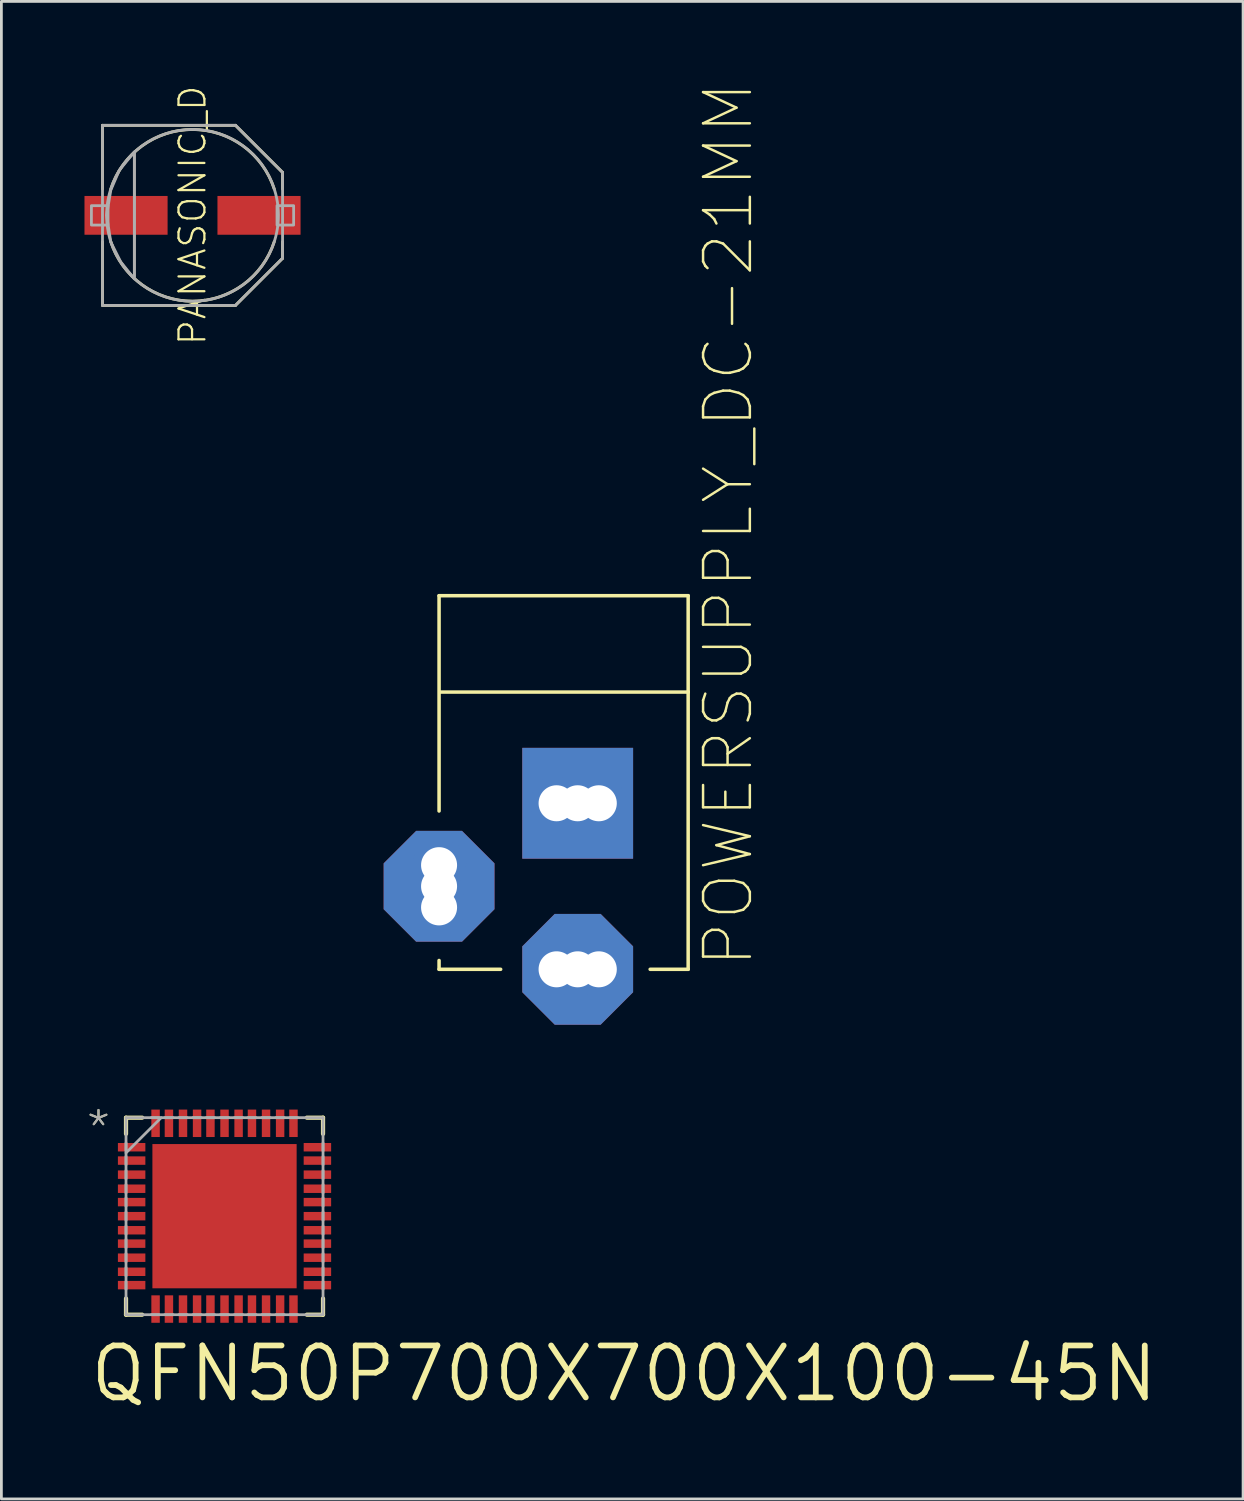
<source format=kicad_pcb>
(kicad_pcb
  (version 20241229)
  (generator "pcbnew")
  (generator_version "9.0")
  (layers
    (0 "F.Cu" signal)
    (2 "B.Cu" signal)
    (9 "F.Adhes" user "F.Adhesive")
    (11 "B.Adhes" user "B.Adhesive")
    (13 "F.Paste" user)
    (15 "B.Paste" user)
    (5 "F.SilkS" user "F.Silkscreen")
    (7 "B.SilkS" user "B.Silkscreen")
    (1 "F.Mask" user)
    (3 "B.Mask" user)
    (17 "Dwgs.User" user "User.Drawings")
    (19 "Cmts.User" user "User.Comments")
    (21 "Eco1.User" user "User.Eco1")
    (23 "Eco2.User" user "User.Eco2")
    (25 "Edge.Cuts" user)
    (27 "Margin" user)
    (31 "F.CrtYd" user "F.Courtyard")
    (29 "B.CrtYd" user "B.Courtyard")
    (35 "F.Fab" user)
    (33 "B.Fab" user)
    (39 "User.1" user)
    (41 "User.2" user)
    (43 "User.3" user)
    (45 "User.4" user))
  (footprint "POWERSUPPLY_DC-21MM"
    (layer "F.Cu")
    (at 17.88 25.591)
    (property "Reference" "POWERSUPPLY_DC-21MM" (at 6.35 6.35 90) (unlocked yes) (layer "F.SilkS") (effects (font (size 1.689 1.689) (thickness 0.089)) (justify left bottom)))
    (fp_line (start -5.08 -7.137) (end -5.08 0.635) (stroke (width 0.127) (type solid)) (layer "F.SilkS"))
    (fp_line (start -5.08 6.35) (end -5.08 6.032) (stroke (width 0.127) (type solid)) (layer "F.SilkS"))
    (fp_line (start -5.055 -3.658) (end 3.912 -3.658) (stroke (width 0.127) (type solid)) (layer "F.SilkS"))
    (fp_line (start -2.857 6.35) (end -5.08 6.35) (stroke (width 0.127) (type solid)) (layer "F.SilkS"))
    (fp_line (start 2.54 6.35) (end 3.912 6.35) (stroke (width 0.127) (type solid)) (layer "F.SilkS"))
    (fp_line (start 3.912 -7.137) (end -5.08 -7.137) (stroke (width 0.127) (type solid)) (layer "F.SilkS"))
    (fp_line (start 3.912 -3.658) (end 3.912 -7.137) (stroke (width 0.127) (type solid)) (layer "F.SilkS"))
    (fp_line (start 3.912 6.35) (end 3.912 -3.658) (stroke (width 0.127) (type solid)) (layer "F.SilkS"))
    (pad "+1" thru_hole roundrect (at -0.076 6.35) (size 4 4) (drill 1.3) (layers "*.Cu" "*.Mask") (roundrect_rratio 0.25) (chamfer_ratio 0.293) (chamfer top_left top_right bottom_left bottom_right))
    (pad "+2" thru_hole circle (at -0.838 6.35) (size 1.95 1.95) (drill 1.3) (layers "*.Cu" "*.Mask"))
    (pad "+3" thru_hole circle (at 0.686 6.35) (size 1.95 1.95) (drill 1.3) (layers "*.Cu" "*.Mask"))
    (pad "-1" thru_hole rect (at -0.076 0.356) (size 4 4) (drill 1.3) (layers "*.Cu" "*.Mask"))
    (pad "-2" thru_hole circle (at -0.838 0.356) (size 1.95 1.95) (drill 1.3) (layers "*.Cu" "*.Mask"))
    (pad "-3" thru_hole circle (at 0.686 0.356) (size 1.95 1.95) (drill 1.3) (layers "*.Cu" "*.Mask"))
    (pad "E1" thru_hole roundrect (at -5.08 3.353 90) (size 4 4) (drill 1.3) (layers "*.Cu" "*.Mask") (roundrect_rratio 0.25) (chamfer_ratio 0.293) (chamfer top_left top_right bottom_left bottom_right))
    (pad "E2" thru_hole circle (at -5.08 2.591) (size 1.95 1.95) (drill 1.3) (layers "*.Cu" "*.Mask"))
    (pad "E3" thru_hole circle (at -5.08 4.115) (size 1.95 1.95) (drill 1.3) (layers "*.Cu" "*.Mask")))
  (footprint "QFN50P700X700X100-45N"
    (layer "F.Cu")
    (at 5.055 40.853)
    (property "Reference" "QFN50P700X700X100-45N" (at -4.953 6.782 0) (unlocked yes) (layer "F.SilkS") (effects (font (size 1.875 1.875) (thickness 0.208)) (justify left bottom)))
    (fp_line (start -3.556 -3.556) (end -3.556 -2.972) (stroke (width 0.152) (type solid)) (layer "F.SilkS"))
    (fp_line (start -3.556 2.972) (end -3.556 3.556) (stroke (width 0.152) (type solid)) (layer "F.SilkS"))
    (fp_line (start -3.556 3.556) (end -2.972 3.556) (stroke (width 0.152) (type solid)) (layer "F.SilkS"))
    (fp_line (start -2.972 -3.556) (end -3.556 -3.556) (stroke (width 0.152) (type solid)) (layer "F.SilkS"))
    (fp_line (start 2.972 3.556) (end 3.556 3.556) (stroke (width 0.152) (type solid)) (layer "F.SilkS"))
    (fp_line (start 3.556 -3.556) (end 2.972 -3.556) (stroke (width 0.152) (type solid)) (layer "F.SilkS"))
    (fp_line (start 3.556 -2.972) (end 3.556 -3.556) (stroke (width 0.152) (type solid)) (layer "F.SilkS"))
    (fp_line (start 3.556 3.556) (end 3.556 2.972) (stroke (width 0.152) (type solid)) (layer "F.SilkS"))
    (fp_line (start -3.556 -3.556) (end -3.556 3.556) (stroke (width 0.1) (type solid)) (layer "F.Fab"))
    (fp_line (start -3.556 -2.642) (end -3.556 -2.362) (stroke (width 0.1) (type solid)) (layer "F.Fab"))
    (fp_line (start -3.556 -2.286) (end -2.286 -3.556) (stroke (width 0.1) (type solid)) (layer "F.Fab"))
    (fp_line (start -3.556 -2.159) (end -3.556 -1.854) (stroke (width 0.1) (type solid)) (layer "F.Fab"))
    (fp_line (start -3.556 -1.651) (end -3.556 -1.346) (stroke (width 0.1) (type solid)) (layer "F.Fab"))
    (fp_line (start -3.556 -1.143) (end -3.556 -0.838) (stroke (width 0.1) (type solid)) (layer "F.Fab"))
    (fp_line (start -3.556 -0.66) (end -3.556 -0.356) (stroke (width 0.1) (type solid)) (layer "F.Fab"))
    (fp_line (start -3.556 -0.152) (end -3.556 0.152) (stroke (width 0.1) (type solid)) (layer "F.Fab"))
    (fp_line (start -3.556 0.356) (end -3.556 0.66) (stroke (width 0.1) (type solid)) (layer "F.Fab"))
    (fp_line (start -3.556 0.838) (end -3.556 1.143) (stroke (width 0.1) (type solid)) (layer "F.Fab"))
    (fp_line (start -3.556 1.346) (end -3.556 1.651) (stroke (width 0.1) (type solid)) (layer "F.Fab"))
    (fp_line (start -3.556 1.854) (end -3.556 2.159) (stroke (width 0.1) (type solid)) (layer "F.Fab"))
    (fp_line (start -3.556 2.362) (end -3.556 2.642) (stroke (width 0.1) (type solid)) (layer "F.Fab"))
    (fp_line (start -3.556 3.556) (end 3.556 3.556) (stroke (width 0.1) (type solid)) (layer "F.Fab"))
    (fp_line (start -2.642 3.556) (end -2.362 3.556) (stroke (width 0.1) (type solid)) (layer "F.Fab"))
    (fp_line (start -2.362 -3.556) (end -2.642 -3.556) (stroke (width 0.1) (type solid)) (layer "F.Fab"))
    (fp_line (start -2.159 3.556) (end -1.854 3.556) (stroke (width 0.1) (type solid)) (layer "F.Fab"))
    (fp_line (start -1.854 -3.556) (end -2.159 -3.556) (stroke (width 0.1) (type solid)) (layer "F.Fab"))
    (fp_line (start -1.651 3.556) (end -1.346 3.556) (stroke (width 0.1) (type solid)) (layer "F.Fab"))
    (fp_line (start -1.346 -3.556) (end -1.651 -3.556) (stroke (width 0.1) (type solid)) (layer "F.Fab"))
    (fp_line (start -1.143 3.556) (end -0.838 3.556) (stroke (width 0.1) (type solid)) (layer "F.Fab"))
    (fp_line (start -0.838 -3.556) (end -1.143 -3.556) (stroke (width 0.1) (type solid)) (layer "F.Fab"))
    (fp_line (start -0.66 3.556) (end -0.356 3.556) (stroke (width 0.1) (type solid)) (layer "F.Fab"))
    (fp_line (start -0.356 -3.556) (end -0.66 -3.556) (stroke (width 0.1) (type solid)) (layer "F.Fab"))
    (fp_line (start -0.152 3.556) (end 0.152 3.556) (stroke (width 0.1) (type solid)) (layer "F.Fab"))
    (fp_line (start 0.152 -3.556) (end -0.152 -3.556) (stroke (width 0.1) (type solid)) (layer "F.Fab"))
    (fp_line (start 0.356 3.556) (end 0.66 3.556) (stroke (width 0.1) (type solid)) (layer "F.Fab"))
    (fp_line (start 0.66 -3.556) (end 0.356 -3.556) (stroke (width 0.1) (type solid)) (layer "F.Fab"))
    (fp_line (start 0.838 3.556) (end 1.143 3.556) (stroke (width 0.1) (type solid)) (layer "F.Fab"))
    (fp_line (start 1.143 -3.556) (end 0.838 -3.556) (stroke (width 0.1) (type solid)) (layer "F.Fab"))
    (fp_line (start 1.346 3.556) (end 1.651 3.556) (stroke (width 0.1) (type solid)) (layer "F.Fab"))
    (fp_line (start 1.651 -3.556) (end 1.346 -3.556) (stroke (width 0.1) (type solid)) (layer "F.Fab"))
    (fp_line (start 1.854 3.556) (end 2.159 3.556) (stroke (width 0.1) (type solid)) (layer "F.Fab"))
    (fp_line (start 2.159 -3.556) (end 1.854 -3.556) (stroke (width 0.1) (type solid)) (layer "F.Fab"))
    (fp_line (start 2.362 3.556) (end 2.642 3.556) (stroke (width 0.1) (type solid)) (layer "F.Fab"))
    (fp_line (start 2.642 -3.556) (end 2.362 -3.556) (stroke (width 0.1) (type solid)) (layer "F.Fab"))
    (fp_line (start 3.556 -3.556) (end -3.556 -3.556) (stroke (width 0.1) (type solid)) (layer "F.Fab"))
    (fp_line (start 3.556 -2.362) (end 3.556 -2.642) (stroke (width 0.1) (type solid)) (layer "F.Fab"))
    (fp_line (start 3.556 -1.854) (end 3.556 -2.159) (stroke (width 0.1) (type solid)) (layer "F.Fab"))
    (fp_line (start 3.556 -1.346) (end 3.556 -1.651) (stroke (width 0.1) (type solid)) (layer "F.Fab"))
    (fp_line (start 3.556 -0.838) (end 3.556 -1.143) (stroke (width 0.1) (type solid)) (layer "F.Fab"))
    (fp_line (start 3.556 -0.356) (end 3.556 -0.66) (stroke (width 0.1) (type solid)) (layer "F.Fab"))
    (fp_line (start 3.556 0.152) (end 3.556 -0.152) (stroke (width 0.1) (type solid)) (layer "F.Fab"))
    (fp_line (start 3.556 0.66) (end 3.556 0.356) (stroke (width 0.1) (type solid)) (layer "F.Fab"))
    (fp_line (start 3.556 1.143) (end 3.556 0.838) (stroke (width 0.1) (type solid)) (layer "F.Fab"))
    (fp_line (start 3.556 1.651) (end 3.556 1.346) (stroke (width 0.1) (type solid)) (layer "F.Fab"))
    (fp_line (start 3.556 2.159) (end 3.556 1.854) (stroke (width 0.1) (type solid)) (layer "F.Fab"))
    (fp_line (start 3.556 2.642) (end 3.556 2.362) (stroke (width 0.1) (type solid)) (layer "F.Fab"))
    (fp_line (start 3.556 3.556) (end 3.556 -3.556) (stroke (width 0.1) (type solid)) (layer "F.Fab"))
    (fp_text user "*" (at -5.055 -2.489 0) (unlocked yes) (layer "F.SilkS") (effects (font (size 1.194 1.194) (thickness 0.076)) (justify left bottom)))
    (fp_text user "*" (at -5.055 -2.489 0) (unlocked yes) (layer "F.Fab") (effects (font (size 1.194 1.194) (thickness 0.076)) (justify left bottom)))
    (pad "1" smd rect (at -3.353 -2.489 270) (size 0.305 0.991) (layers "F.Cu" "F.Mask" "F.Paste"))
    (pad "2" smd rect (at -3.353 -2.007 270) (size 0.305 0.991) (layers "F.Cu" "F.Mask" "F.Paste"))
    (pad "3" smd rect (at -3.353 -1.499 270) (size 0.305 0.991) (layers "F.Cu" "F.Mask" "F.Paste"))
    (pad "4" smd rect (at -3.353 -0.991 270) (size 0.305 0.991) (layers "F.Cu" "F.Mask" "F.Paste"))
    (pad "5" smd rect (at -3.353 -0.508 270) (size 0.305 0.991) (layers "F.Cu" "F.Mask" "F.Paste"))
    (pad "6" smd rect (at -3.353 0 270) (size 0.305 0.991) (layers "F.Cu" "F.Mask" "F.Paste"))
    (pad "7" smd rect (at -3.353 0.508 270) (size 0.305 0.991) (layers "F.Cu" "F.Mask" "F.Paste"))
    (pad "8" smd rect (at -3.353 0.991 270) (size 0.305 0.991) (layers "F.Cu" "F.Mask" "F.Paste"))
    (pad "9" smd rect (at -3.353 1.499 270) (size 0.305 0.991) (layers "F.Cu" "F.Mask" "F.Paste"))
    (pad "10" smd rect (at -3.353 2.007 270) (size 0.305 0.991) (layers "F.Cu" "F.Mask" "F.Paste"))
    (pad "11" smd rect (at -3.353 2.489 270) (size 0.305 0.991) (layers "F.Cu" "F.Mask" "F.Paste"))
    (pad "12" smd rect (at -2.489 3.353 180) (size 0.305 0.991) (layers "F.Cu" "F.Mask" "F.Paste"))
    (pad "13" smd rect (at -2.007 3.353 180) (size 0.305 0.991) (layers "F.Cu" "F.Mask" "F.Paste"))
    (pad "14" smd rect (at -1.499 3.353 180) (size 0.305 0.991) (layers "F.Cu" "F.Mask" "F.Paste"))
    (pad "15" smd rect (at -0.991 3.353 180) (size 0.305 0.991) (layers "F.Cu" "F.Mask" "F.Paste"))
    (pad "16" smd rect (at -0.508 3.353 180) (size 0.305 0.991) (layers "F.Cu" "F.Mask" "F.Paste"))
    (pad "17" smd rect (at 0 3.353 180) (size 0.305 0.991) (layers "F.Cu" "F.Mask" "F.Paste"))
    (pad "18" smd rect (at 0.508 3.353 180) (size 0.305 0.991) (layers "F.Cu" "F.Mask" "F.Paste"))
    (pad "19" smd rect (at 0.991 3.353 180) (size 0.305 0.991) (layers "F.Cu" "F.Mask" "F.Paste"))
    (pad "20" smd rect (at 1.499 3.353 180) (size 0.305 0.991) (layers "F.Cu" "F.Mask" "F.Paste"))
    (pad "21" smd rect (at 2.007 3.353 180) (size 0.305 0.991) (layers "F.Cu" "F.Mask" "F.Paste"))
    (pad "22" smd rect (at 2.489 3.353 180) (size 0.305 0.991) (layers "F.Cu" "F.Mask" "F.Paste"))
    (pad "23" smd rect (at 3.353 2.489 270) (size 0.305 0.991) (layers "F.Cu" "F.Mask" "F.Paste"))
    (pad "24" smd rect (at 3.353 2.007 270) (size 0.305 0.991) (layers "F.Cu" "F.Mask" "F.Paste"))
    (pad "25" smd rect (at 3.353 1.499 270) (size 0.305 0.991) (layers "F.Cu" "F.Mask" "F.Paste"))
    (pad "26" smd rect (at 3.353 0.991 270) (size 0.305 0.991) (layers "F.Cu" "F.Mask" "F.Paste"))
    (pad "27" smd rect (at 3.353 0.508 270) (size 0.305 0.991) (layers "F.Cu" "F.Mask" "F.Paste"))
    (pad "28" smd rect (at 3.353 0 270) (size 0.305 0.991) (layers "F.Cu" "F.Mask" "F.Paste"))
    (pad "29" smd rect (at 3.353 -0.508 270) (size 0.305 0.991) (layers "F.Cu" "F.Mask" "F.Paste"))
    (pad "30" smd rect (at 3.353 -0.991 270) (size 0.305 0.991) (layers "F.Cu" "F.Mask" "F.Paste"))
    (pad "31" smd rect (at 3.353 -1.499 270) (size 0.305 0.991) (layers "F.Cu" "F.Mask" "F.Paste"))
    (pad "32" smd rect (at 3.353 -2.007 270) (size 0.305 0.991) (layers "F.Cu" "F.Mask" "F.Paste"))
    (pad "33" smd rect (at 3.353 -2.489 270) (size 0.305 0.991) (layers "F.Cu" "F.Mask" "F.Paste"))
    (pad "34" smd rect (at 2.489 -3.353 180) (size 0.305 0.991) (layers "F.Cu" "F.Mask" "F.Paste"))
    (pad "35" smd rect (at 2.007 -3.353 180) (size 0.305 0.991) (layers "F.Cu" "F.Mask" "F.Paste"))
    (pad "36" smd rect (at 1.499 -3.353 180) (size 0.305 0.991) (layers "F.Cu" "F.Mask" "F.Paste"))
    (pad "37" smd rect (at 0.991 -3.353 180) (size 0.305 0.991) (layers "F.Cu" "F.Mask" "F.Paste"))
    (pad "38" smd rect (at 0.508 -3.353 180) (size 0.305 0.991) (layers "F.Cu" "F.Mask" "F.Paste"))
    (pad "39" smd rect (at 0 -3.353 180) (size 0.305 0.991) (layers "F.Cu" "F.Mask" "F.Paste"))
    (pad "40" smd rect (at -0.508 -3.353 180) (size 0.305 0.991) (layers "F.Cu" "F.Mask" "F.Paste"))
    (pad "41" smd rect (at -0.991 -3.353 180) (size 0.305 0.991) (layers "F.Cu" "F.Mask" "F.Paste"))
    (pad "42" smd rect (at -1.499 -3.353 180) (size 0.305 0.991) (layers "F.Cu" "F.Mask" "F.Paste"))
    (pad "43" smd rect (at -2.007 -3.353 180) (size 0.305 0.991) (layers "F.Cu" "F.Mask" "F.Paste"))
    (pad "44" smd rect (at -2.489 -3.353 180) (size 0.305 0.991) (layers "F.Cu" "F.Mask" "F.Paste"))
    (pad "45" smd rect (at 0 0) (size 5.207 5.207) (layers "F.Cu" "F.Mask" "F.Paste")))
  (footprint "PANASONIC_D"
    (layer "F.Cu")
    (at 3.9 4.724)
    (property "Reference" "PANASONIC_D" (at 0 0 90) (unlocked yes) (layer "F.SilkS") (effects (font (size 0.935 0.935) (thickness 0.081))))
    (fp_line (start -3.25 -3.25) (end 1.55 -3.25) (stroke (width 0.102) (type solid)) (layer "F.SilkS"))
    (fp_line (start -3.25 -0.95) (end -3.25 -3.25) (stroke (width 0.102) (type solid)) (layer "F.SilkS"))
    (fp_line (start -3.25 3.25) (end -3.25 0.95) (stroke (width 0.102) (type solid)) (layer "F.SilkS"))
    (fp_line (start 1.55 -3.25) (end 3.25 -1.55) (stroke (width 0.102) (type solid)) (layer "F.SilkS"))
    (fp_line (start 1.55 3.25) (end -3.25 3.25) (stroke (width 0.102) (type solid)) (layer "F.SilkS"))
    (fp_line (start 3.25 -1.55) (end 3.25 -0.95) (stroke (width 0.102) (type solid)) (layer "F.SilkS"))
    (fp_line (start 3.25 0.95) (end 3.25 1.55) (stroke (width 0.102) (type solid)) (layer "F.SilkS"))
    (fp_line (start 3.25 1.55) (end 1.55 3.25) (stroke (width 0.102) (type solid)) (layer "F.SilkS"))
    (fp_arc (start -2.95 -0.95) (mid 0 -3.099193) (end 2.95 -0.95) (stroke (width 0.1016) (type solid)) (layer "F.SilkS"))
    (fp_arc (start 2.95 0.95) (mid 0 3.099193) (end -2.95 0.95) (stroke (width 0.1016) (type solid)) (layer "F.SilkS"))
    (fp_line (start -3.25 -3.25) (end 1.55 -3.25) (stroke (width 0.102) (type solid)) (layer "F.Fab"))
    (fp_line (start -3.25 3.25) (end -3.25 -3.25) (stroke (width 0.102) (type solid)) (layer "F.Fab"))
    (fp_line (start -2.1 -2.25) (end -2.1 2.2) (stroke (width 0.102) (type solid)) (layer "F.Fab"))
    (fp_line (start 1.55 -3.25) (end 3.25 -1.55) (stroke (width 0.102) (type solid)) (layer "F.Fab"))
    (fp_line (start 1.55 3.25) (end -3.25 3.25) (stroke (width 0.102) (type solid)) (layer "F.Fab"))
    (fp_line (start 3.25 -1.55) (end 3.25 1.55) (stroke (width 0.102) (type solid)) (layer "F.Fab"))
    (fp_line (start 3.25 1.55) (end 1.55 3.25) (stroke (width 0.102) (type solid)) (layer "F.Fab"))
    (fp_circle (center 0 0) (end 3.1 0) (stroke (width 0.102) (type solid)) (fill no) (layer "F.Fab"))
    (fp_poly (pts (xy -3.65 0.35) (xy -3.05 0.35) (xy -3.05 -0.35) (xy -3.65 -0.35)) (stroke (width 0.1) (type default)) (fill no) (layer "F.Fab"))
    (fp_poly (pts (xy 3.05 0.35) (xy 3.65 0.35) (xy 3.65 -0.35) (xy 3.05 -0.35)) (stroke (width 0.1) (type default)) (fill no) (layer "F.Fab"))
    (fp_poly (pts (xy -2.099 2.295) (xy -2.593 1.678) (xy -2.949 0.966) (xy -3.101 -0.00022) (xy -2.949 -0.914) (xy -2.644 -1.627) (xy -2.099 -2.292)) (stroke (width 0.1) (type default)) (fill no) (layer "F.Fab"))
    (pad "+" smd rect (at 2.4 0) (size 3 1.4) (layers "F.Cu" "F.Mask" "F.Paste"))
    (pad "-" smd rect (at -2.4 0) (size 3 1.4) (layers "F.Cu" "F.Mask" "F.Paste")))
  (gr_rect
    (start -3 -3)
    (end 41.824 51.06)
    (stroke (width 0.1) (type default))
    (fill no)
    (layer "Edge.Cuts")))
</source>
